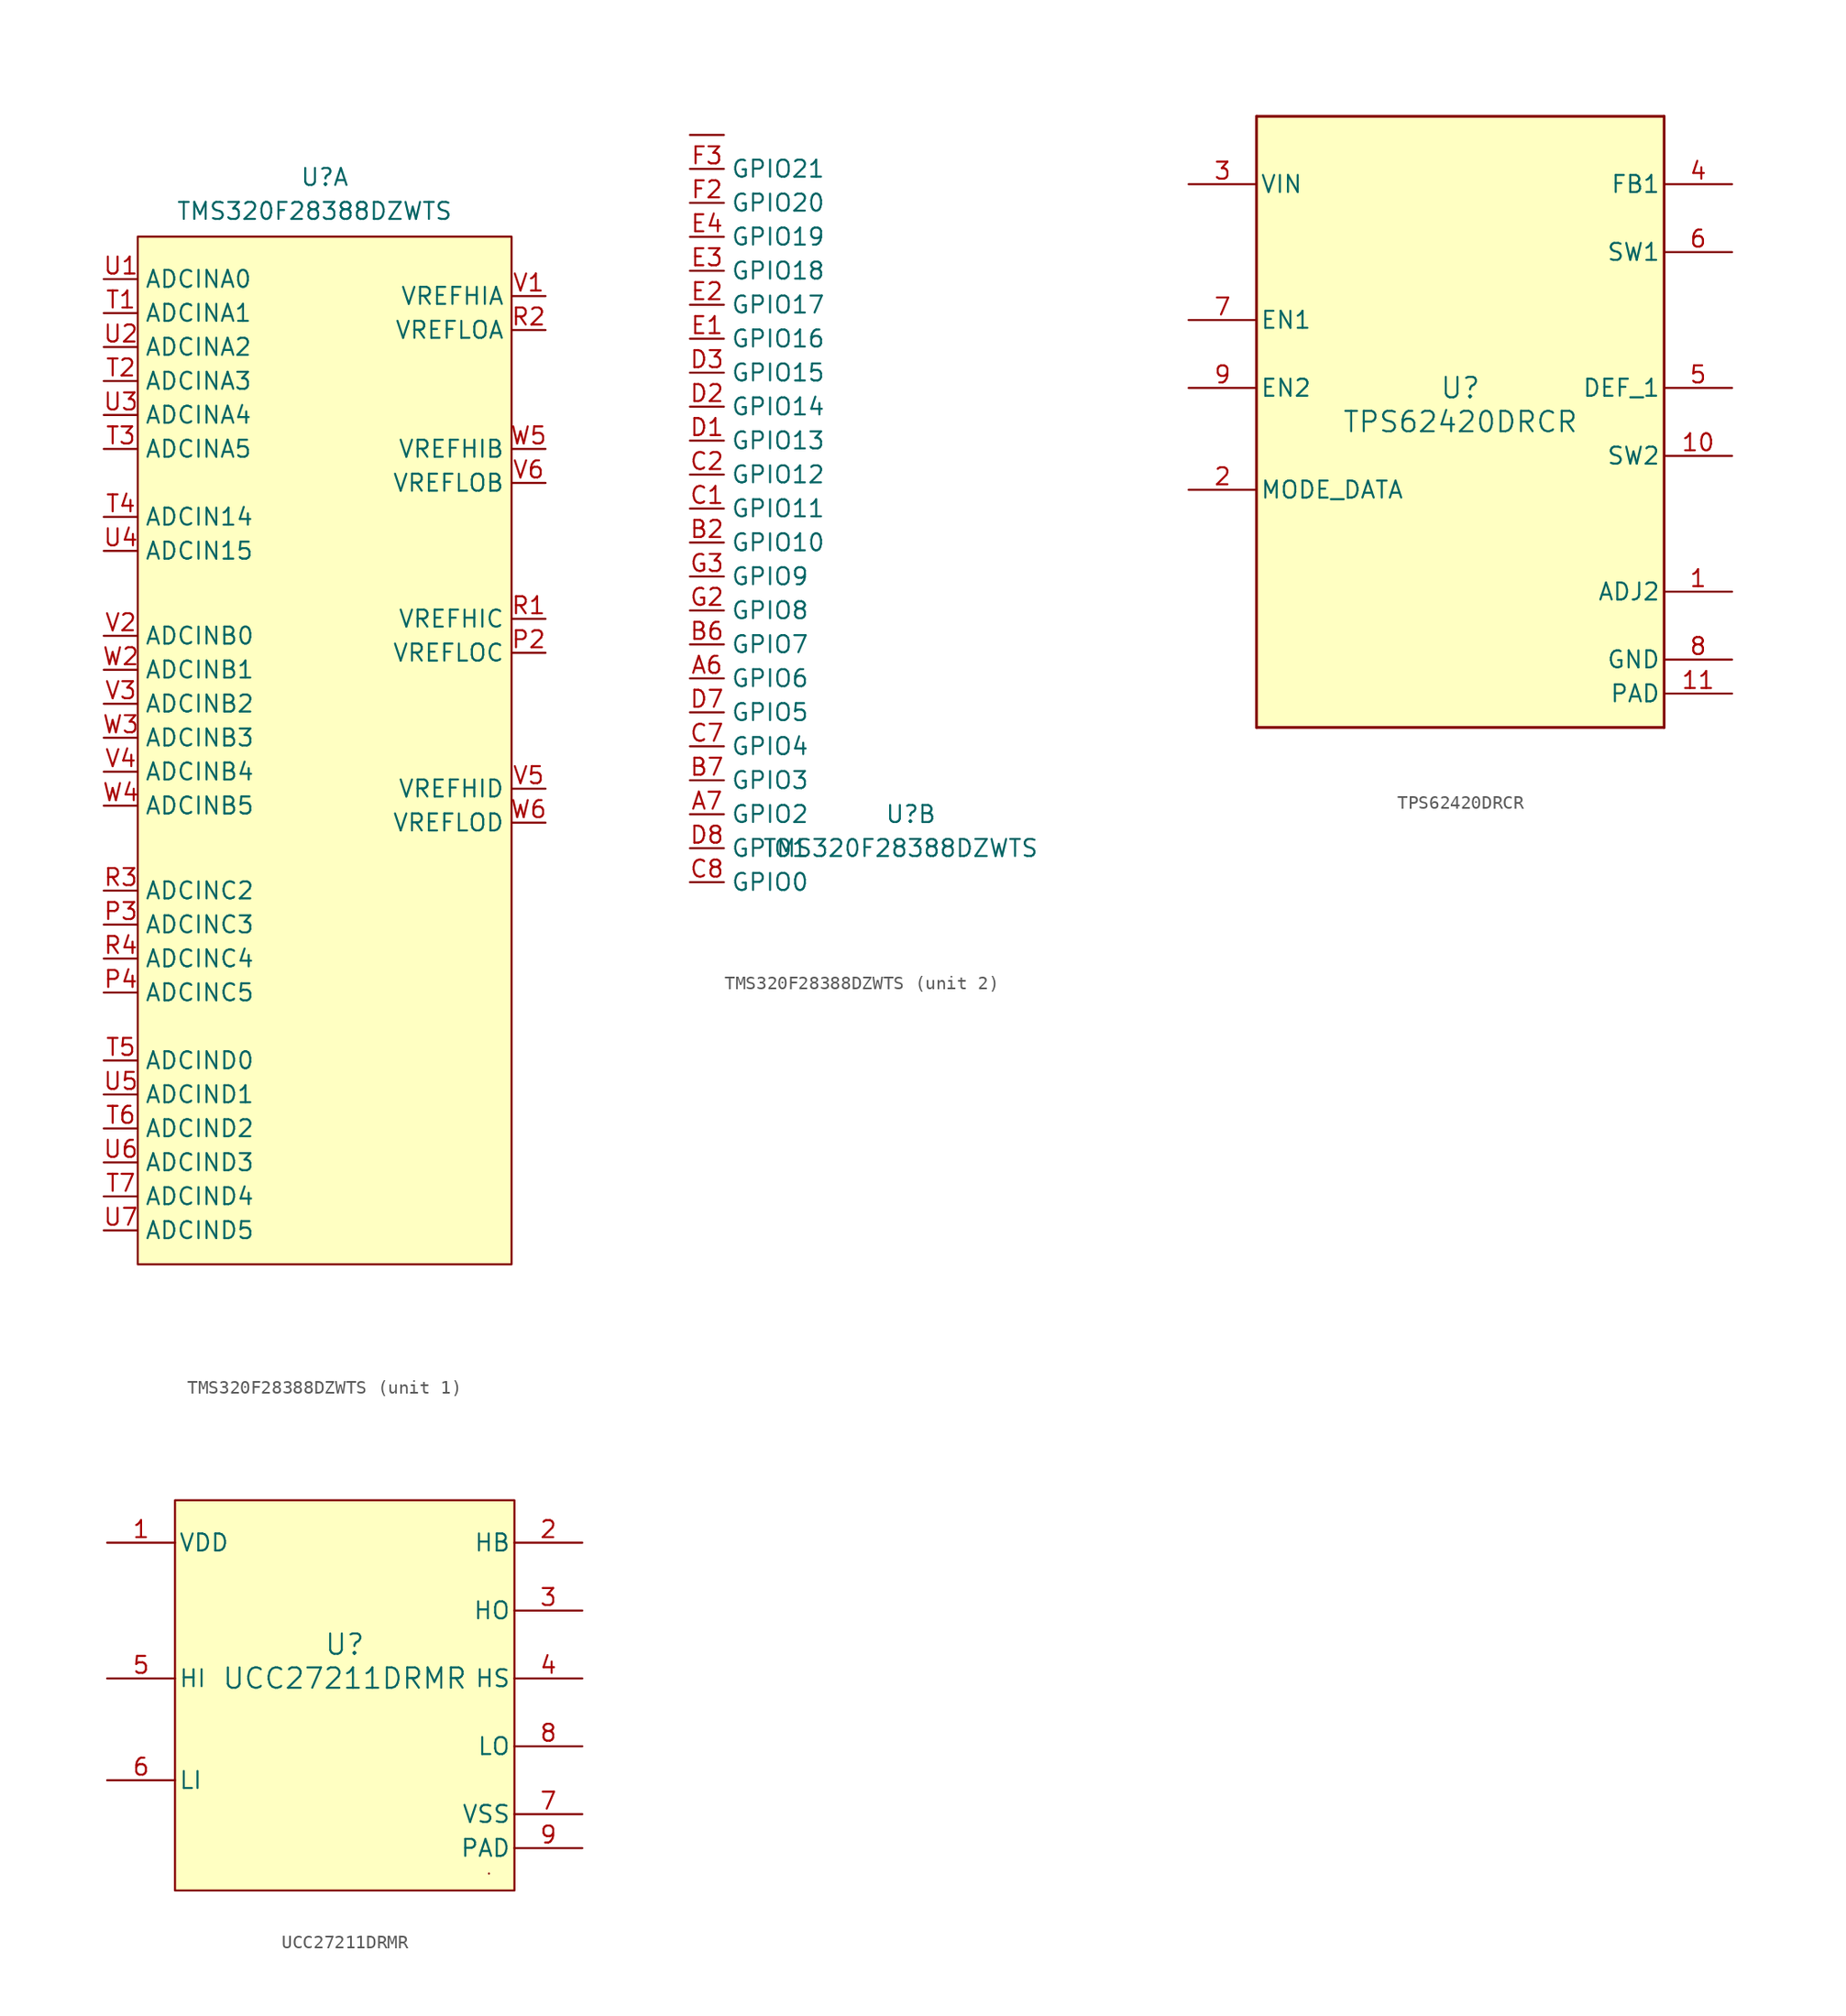
<source format=kicad_sym>
(kicad_symbol_lib
  (version 20241209)
  (generator "kicad_symbol_editor")
  (generator_version "9.0")
  (symbol "TMS320F28388DZWTS"
    (property "Reference" "U"
      (at 0 0 0)
      (effects (font (size 1.27 1.27))))
    (property "Value" "TMS320F28388DZWTS"
      (at -0.762 -2.54 0)
      (effects (font (size 1.27 1.27))))
    (property "ki_locked" ""
      (at 0 0 0)
      (effects (font (size 1.27 1.27))))
    (symbol "TMS320F28388DZWTS_1_0"
      (pin bidirectional line (at -16.51 -10.16 0) (length 2.54) (name "ADCINA1" (effects (font (size 1.27 1.27)))) (number "T1" (effects (font (size 1.27 1.27)))))
      (pin bidirectional line (at -16.51 -12.7 0) (length 2.54) (name "ADCINA2" (effects (font (size 1.27 1.27)))) (number "U2" (effects (font (size 1.27 1.27)))))
      (pin bidirectional line (at -16.51 -15.24 0) (length 2.54) (name "ADCINA3" (effects (font (size 1.27 1.27)))) (number "T2" (effects (font (size 1.27 1.27)))))
      (pin bidirectional line (at -16.51 -17.78 0) (length 2.54) (name "ADCINA4" (effects (font (size 1.27 1.27)))) (number "U3" (effects (font (size 1.27 1.27)))))
      (pin bidirectional line (at -16.51 -20.32 0) (length 2.54) (name "ADCINA5" (effects (font (size 1.27 1.27)))) (number "T3" (effects (font (size 1.27 1.27)))))
      (pin bidirectional line (at -16.51 -25.4 0) (length 2.54) (name "ADCIN14" (effects (font (size 1.27 1.27)))) (number "T4" (effects (font (size 1.27 1.27)))))
      (pin bidirectional line (at -16.51 -27.94 0) (length 2.54) (name "ADCIN15" (effects (font (size 1.27 1.27)))) (number "U4" (effects (font (size 1.27 1.27)))))
      (pin bidirectional line (at -16.51 -34.29 0) (length 2.54) (name "ADCINB0" (effects (font (size 1.27 1.27)))) (number "V2" (effects (font (size 1.27 1.27)))))
      (pin bidirectional line (at -16.51 -36.83 0) (length 2.54) (name "ADCINB1" (effects (font (size 1.27 1.27)))) (number "W2" (effects (font (size 1.27 1.27)))))
      (pin bidirectional line (at -16.51 -39.37 0) (length 2.54) (name "ADCINB2" (effects (font (size 1.27 1.27)))) (number "V3" (effects (font (size 1.27 1.27)))))
      (pin bidirectional line (at -16.51 -41.91 0) (length 2.54) (name "ADCINB3" (effects (font (size 1.27 1.27)))) (number "W3" (effects (font (size 1.27 1.27)))))
      (pin bidirectional line (at -16.51 -44.45 0) (length 2.54) (name "ADCINB4" (effects (font (size 1.27 1.27)))) (number "V4" (effects (font (size 1.27 1.27)))))
      (pin bidirectional line (at -16.51 -46.99 0) (length 2.54) (name "ADCINB5" (effects (font (size 1.27 1.27)))) (number "W4" (effects (font (size 1.27 1.27)))))
      (pin bidirectional line (at -16.51 -53.34 0) (length 2.54) (name "ADCINC2" (effects (font (size 1.27 1.27)))) (number "R3" (effects (font (size 1.27 1.27)))))
      (pin bidirectional line (at -16.51 -55.88 0) (length 2.54) (name "ADCINC3" (effects (font (size 1.27 1.27)))) (number "P3" (effects (font (size 1.27 1.27)))))
      (pin bidirectional line (at -16.51 -58.42 0) (length 2.54) (name "ADCINC4" (effects (font (size 1.27 1.27)))) (number "R4" (effects (font (size 1.27 1.27)))))
      (pin bidirectional line (at -16.51 -60.96 0) (length 2.54) (name "ADCINC5" (effects (font (size 1.27 1.27)))) (number "P4" (effects (font (size 1.27 1.27)))))
      (pin bidirectional line (at -16.51 -66.04 0) (length 2.54) (name "ADCIND0" (effects (font (size 1.27 1.27)))) (number "T5" (effects (font (size 1.27 1.27)))))
      (pin bidirectional line (at -16.51 -68.58 0) (length 2.54) (name "ADCIND1" (effects (font (size 1.27 1.27)))) (number "U5" (effects (font (size 1.27 1.27)))))
      (pin bidirectional line (at -16.51 -71.12 0) (length 2.54) (name "ADCIND2" (effects (font (size 1.27 1.27)))) (number "T6" (effects (font (size 1.27 1.27)))))
      (pin bidirectional line (at -16.51 -73.66 0) (length 2.54) (name "ADCIND3" (effects (font (size 1.27 1.27)))) (number "U6" (effects (font (size 1.27 1.27)))))
      (pin bidirectional line (at -16.51 -76.2 0) (length 2.54) (name "ADCIND4" (effects (font (size 1.27 1.27)))) (number "T7" (effects (font (size 1.27 1.27)))))
      (pin bidirectional line (at -16.51 -78.74 0) (length 2.54) (name "ADCIND5" (effects (font (size 1.27 1.27)))) (number "U7" (effects (font (size 1.27 1.27)))))
      (pin bidirectional line (at 16.51 -8.89 180) (length 2.54) (name "VREFHIA" (effects (font (size 1.27 1.27)))) (number "V1" (effects (font (size 1.27 1.27)))))
      (pin bidirectional line (at 16.51 -11.43 180) (length 2.54) (name "VREFLOA" (effects (font (size 1.27 1.27)))) (number "R2" (effects (font (size 1.27 1.27)))))
      (pin bidirectional line (at 16.51 -20.32 180) (length 2.54) (name "VREFHIB" (effects (font (size 1.27 1.27)))) (number "W5" (effects (font (size 1.27 1.27)))))
      (pin bidirectional line (at 16.51 -22.86 180) (length 2.54) (name "VREFLOB" (effects (font (size 1.27 1.27)))) (number "V6" (effects (font (size 1.27 1.27)))))
      (pin bidirectional line (at 16.51 -33.02 180) (length 2.54) (name "VREFHIC" (effects (font (size 1.27 1.27)))) (number "R1" (effects (font (size 1.27 1.27)))))
      (pin bidirectional line (at 16.51 -35.56 180) (length 2.54) (name "VREFLOC" (effects (font (size 1.27 1.27)))) (number "P2" (effects (font (size 1.27 1.27)))))
      (pin bidirectional line (at 16.51 -45.72 180) (length 2.54) (name "VREFHID" (effects (font (size 1.27 1.27)))) (number "V5" (effects (font (size 1.27 1.27)))))
      (pin bidirectional line (at 16.51 -48.26 180) (length 2.54) (name "VREFLOD" (effects (font (size 1.27 1.27)))) (number "W6" (effects (font (size 1.27 1.27))))))
    (symbol "TMS320F28388DZWTS_1_1"
      (rectangle (start -13.97 -4.445) (end 13.97 -81.28) (stroke (width 0) (type solid)) (fill (type background)))
      (pin bidirectional line (at -16.51 -7.62 0) (length 2.54) (name "ADCINA0" (effects (font (size 1.27 1.27)))) (number "U1" (effects (font (size 1.27 1.27))))))
    (symbol "TMS320F28388DZWTS_2_0"
      (pin bidirectional line (at -16.51 50.8 0) (length 2.54) (name "" (effects (font (size 1.27 1.27)))) (number "" (effects (font (size 1.27 1.27)))))
      (pin bidirectional line (at -16.51 48.26 0) (length 2.54) (name "GPIO21" (effects (font (size 1.27 1.27)))) (number "F3" (effects (font (size 1.27 1.27)))))
      (pin bidirectional line (at -16.51 45.72 0) (length 2.54) (name "GPIO20" (effects (font (size 1.27 1.27)))) (number "F2" (effects (font (size 1.27 1.27)))))
      (pin bidirectional line (at -16.51 43.18 0) (length 2.54) (name "GPIO19" (effects (font (size 1.27 1.27)))) (number "E4" (effects (font (size 1.27 1.27)))))
      (pin bidirectional line (at -16.51 40.64 0) (length 2.54) (name "GPIO18" (effects (font (size 1.27 1.27)))) (number "E3" (effects (font (size 1.27 1.27)))))
      (pin bidirectional line (at -16.51 38.1 0) (length 2.54) (name "GPIO17" (effects (font (size 1.27 1.27)))) (number "E2" (effects (font (size 1.27 1.27)))))
      (pin bidirectional line (at -16.51 35.56 0) (length 2.54) (name "GPIO16" (effects (font (size 1.27 1.27)))) (number "E1" (effects (font (size 1.27 1.27)))))
      (pin bidirectional line (at -16.51 33.02 0) (length 2.54) (name "GPIO15" (effects (font (size 1.27 1.27)))) (number "D3" (effects (font (size 1.27 1.27)))))
      (pin bidirectional line (at -16.51 30.48 0) (length 2.54) (name "GPIO14" (effects (font (size 1.27 1.27)))) (number "D2" (effects (font (size 1.27 1.27)))))
      (pin bidirectional line (at -16.51 27.94 0) (length 2.54) (name "GPIO13" (effects (font (size 1.27 1.27)))) (number "D1" (effects (font (size 1.27 1.27)))))
      (pin bidirectional line (at -16.51 25.4 0) (length 2.54) (name "GPIO12" (effects (font (size 1.27 1.27)))) (number "C2" (effects (font (size 1.27 1.27)))))
      (pin bidirectional line (at -16.51 22.86 0) (length 2.54) (name "GPIO11" (effects (font (size 1.27 1.27)))) (number "C1" (effects (font (size 1.27 1.27)))))
      (pin bidirectional line (at -16.51 20.32 0) (length 2.54) (name "GPIO10" (effects (font (size 1.27 1.27)))) (number "B2" (effects (font (size 1.27 1.27)))))
      (pin bidirectional line (at -16.51 17.78 0) (length 2.54) (name "GPIO9" (effects (font (size 1.27 1.27)))) (number "G3" (effects (font (size 1.27 1.27)))))
      (pin bidirectional line (at -16.51 15.24 0) (length 2.54) (name "GPIO8" (effects (font (size 1.27 1.27)))) (number "G2" (effects (font (size 1.27 1.27)))))
      (pin bidirectional line (at -16.51 12.7 0) (length 2.54) (name "GPIO7" (effects (font (size 1.27 1.27)))) (number "B6" (effects (font (size 1.27 1.27)))))
      (pin bidirectional line (at -16.51 10.16 0) (length 2.54) (name "GPIO6" (effects (font (size 1.27 1.27)))) (number "A6" (effects (font (size 1.27 1.27)))))
      (pin bidirectional line (at -16.51 7.62 0) (length 2.54) (name "GPIO5" (effects (font (size 1.27 1.27)))) (number "D7" (effects (font (size 1.27 1.27)))))
      (pin bidirectional line (at -16.51 5.08 0) (length 2.54) (name "GPIO4" (effects (font (size 1.27 1.27)))) (number "C7" (effects (font (size 1.27 1.27)))))
      (pin bidirectional line (at -16.51 2.54 0) (length 2.54) (name "GPIO3" (effects (font (size 1.27 1.27)))) (number "B7" (effects (font (size 1.27 1.27)))))
      (pin bidirectional line (at -16.51 0 0) (length 2.54) (name "GPIO2" (effects (font (size 1.27 1.27)))) (number "A7" (effects (font (size 1.27 1.27)))))
      (pin bidirectional line (at -16.51 -2.54 0) (length 2.54) (name "GPIO1" (effects (font (size 1.27 1.27)))) (number "D8" (effects (font (size 1.27 1.27)))))
      (pin bidirectional line (at -16.51 -5.08 0) (length 2.54) (name "GPIO0" (effects (font (size 1.27 1.27)))) (number "C8" (effects (font (size 1.27 1.27)))))))
  (symbol "TPS62420DRCR"
    (pin_names
      (offset 0.254))
    (property "Reference" "U"
      (at 0 2.54 0)
      (effects (font (size 1.524 1.524))))
    (property "Value" "TPS62420DRCR"
      (at 0 0 0)
      (effects (font (size 1.524 1.524))))
    (property "ki_locked" ""
      (at 0 0 0)
      (effects (font (size 1.27 1.27))))
    (symbol "TPS62420DRCR_0_1"
      (polyline (pts (xy -15.24 22.86) (xy -15.24 -22.86)) (stroke (width 0.203) (type default)) (fill (type none)))
      (polyline (pts (xy -15.24 -22.86) (xy 15.24 -22.86)) (stroke (width 0.203) (type default)) (fill (type none)))
      (polyline (pts (xy 15.24 22.86) (xy -15.24 22.86)) (stroke (width 0.203) (type default)) (fill (type none)))
      (polyline (pts (xy 15.24 -22.86) (xy 15.24 22.86)) (stroke (width 0.203) (type default)) (fill (type none)))
      (pin power_in line (at -20.32 17.78 0) (length 5.08) (name "VIN" (effects (font (size 1.27 1.27)))) (number "3" (effects (font (size 1.27 1.27)))))
      (pin input line (at -20.32 7.62 0) (length 5.08) (name "EN1" (effects (font (size 1.27 1.27)))) (number "7" (effects (font (size 1.27 1.27)))))
      (pin input line (at -20.32 2.54 0) (length 5.08) (name "EN2" (effects (font (size 1.27 1.27)))) (number "9" (effects (font (size 1.27 1.27)))))
      (pin bidirectional line (at -20.32 -5.08 0) (length 5.08) (name "MODE_DATA" (effects (font (size 1.27 1.27)))) (number "2" (effects (font (size 1.27 1.27)))))
      (pin input line (at 20.32 17.78 180) (length 5.08) (name "FB1" (effects (font (size 1.27 1.27)))) (number "4" (effects (font (size 1.27 1.27)))))
      (pin power_in line (at 20.32 12.7 180) (length 5.08) (name "SW1" (effects (font (size 1.27 1.27)))) (number "6" (effects (font (size 1.27 1.27)))))
      (pin input line (at 20.32 2.54 180) (length 5.08) (name "DEF_1" (effects (font (size 1.27 1.27)))) (number "5" (effects (font (size 1.27 1.27)))))
      (pin power_in line (at 20.32 -2.54 180) (length 5.08) (name "SW2" (effects (font (size 1.27 1.27)))) (number "10" (effects (font (size 1.27 1.27)))))
      (pin input line (at 20.32 -12.7 180) (length 5.08) (name "ADJ2" (effects (font (size 1.27 1.27)))) (number "1" (effects (font (size 1.27 1.27)))))
      (pin power_in line (at 20.32 -17.78 180) (length 5.08) (name "GND" (effects (font (size 1.27 1.27)))) (number "8" (effects (font (size 1.27 1.27)))))
      (pin power_in line (at 20.32 -20.32 180) (length 5.08) (name "PAD" (effects (font (size 1.27 1.27)))) (number "11" (effects (font (size 1.27 1.27))))))
    (symbol "TPS62420DRCR_1_1"
      (rectangle (start -15.24 22.86) (end 15.24 -22.86) (stroke (width 0) (type solid)) (fill (type background)))))
  (symbol "UCC27211DRMR"
    (pin_names
      (offset 0.254))
    (property "Reference" "U"
      (at 0 2.54 0)
      (effects (font (size 1.524 1.524))))
    (property "Value" "UCC27211DRMR"
      (at 0 0 0)
      (effects (font (size 1.524 1.524))))
    (symbol "UCC27211DRMR_0_1"
      (pin power_in line (at -17.78 10.16 0) (length 5.08) (name "VDD" (effects (font (size 1.27 1.27)))) (number "1" (effects (font (size 1.27 1.27)))))
      (pin input line (at -17.78 0 0) (length 5.08) (name "HI" (effects (font (size 1.27 1.27)))) (number "5" (effects (font (size 1.27 1.27)))))
      (pin input line (at -17.78 -7.62 0) (length 5.08) (name "LI" (effects (font (size 1.27 1.27)))) (number "6" (effects (font (size 1.27 1.27)))))
      (pin power_in line (at 17.78 10.16 180) (length 5.08) (name "HB" (effects (font (size 1.27 1.27)))) (number "2" (effects (font (size 1.27 1.27)))))
      (pin output line (at 17.78 5.08 180) (length 5.08) (name "HO" (effects (font (size 1.27 1.27)))) (number "3" (effects (font (size 1.27 1.27)))))
      (pin power_in line (at 17.78 0 180) (length 5.08) (name "HS" (effects (font (size 1.27 1.27)))) (number "4" (effects (font (size 1.27 1.27)))))
      (pin output line (at 17.78 -5.08 180) (length 5.08) (name "LO" (effects (font (size 1.27 1.27)))) (number "8" (effects (font (size 1.27 1.27)))))
      (pin power_in line (at 17.78 -10.16 180) (length 5.08) (name "VSS" (effects (font (size 1.27 1.27)))) (number "7" (effects (font (size 1.27 1.27)))))
      (pin unspecified line (at 17.78 -12.7 180) (length 5.08) (name "PAD" (effects (font (size 1.27 1.27)))) (number "9" (effects (font (size 1.27 1.27))))))
    (symbol "UCC27211DRMR_1_1"
      (rectangle (start -12.7 13.335) (end 12.7 -15.875) (stroke (width 0) (type solid)) (fill (type background)))
      (rectangle (start 10.795 -14.605) (end 10.795 -14.605) (stroke (width 0) (type default)) (fill (type none))))))
</source>
